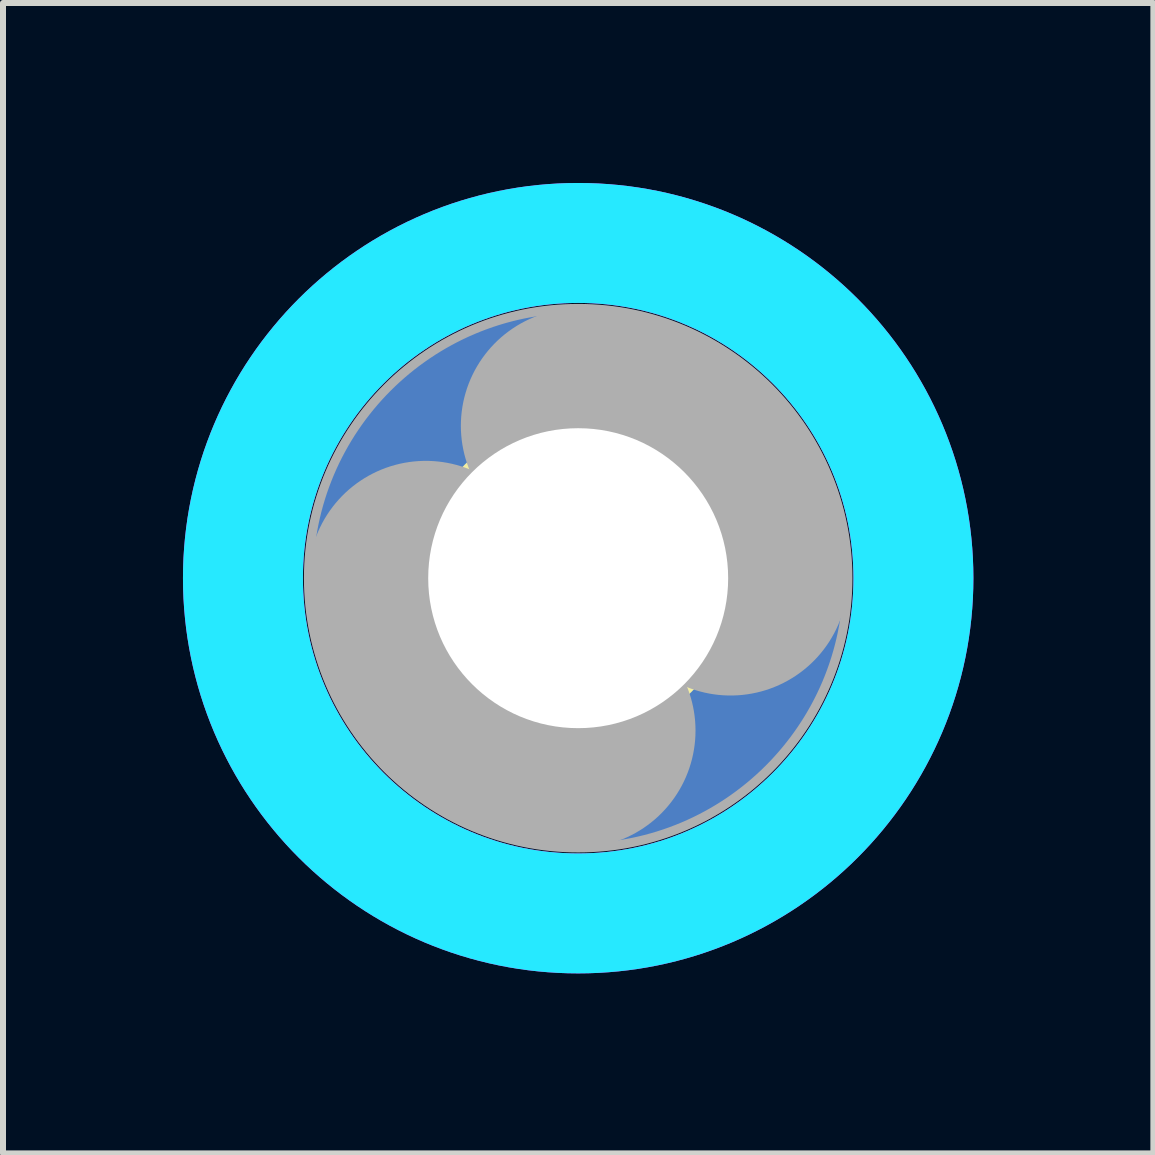
<source format=kicad_pcb>
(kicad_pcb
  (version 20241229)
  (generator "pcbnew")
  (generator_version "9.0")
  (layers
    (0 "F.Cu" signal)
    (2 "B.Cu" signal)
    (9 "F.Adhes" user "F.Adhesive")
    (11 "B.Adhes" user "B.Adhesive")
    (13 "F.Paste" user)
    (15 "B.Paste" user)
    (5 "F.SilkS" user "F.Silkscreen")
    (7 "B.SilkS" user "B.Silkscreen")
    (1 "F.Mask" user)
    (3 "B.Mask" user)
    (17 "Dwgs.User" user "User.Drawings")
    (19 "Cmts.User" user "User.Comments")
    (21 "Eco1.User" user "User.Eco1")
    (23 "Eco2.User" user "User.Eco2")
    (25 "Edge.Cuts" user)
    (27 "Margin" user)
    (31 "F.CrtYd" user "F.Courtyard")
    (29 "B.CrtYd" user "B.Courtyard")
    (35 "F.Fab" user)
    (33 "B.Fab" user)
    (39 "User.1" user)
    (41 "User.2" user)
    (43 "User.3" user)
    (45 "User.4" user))
  (footprint "footprint"
    (layer "F.Cu")
    (at 6.588 6.588)
    (property "Reference" "footprint" (at 0 0 0) (layer "F.SilkS") (effects (font (size 1.27 1.27) (thickness 0.15))))
    (fp_circle (center 0 0) (end 2.6 0) (stroke (width 0.152) (type solid)) (fill no) (layer "F.SilkS"))
    (fp_circle (center 0 0) (end 5.588 0) (stroke (width 2) (type solid)) (fill no) (layer "B.CrtYd"))
    (fp_circle (center 0 0) (end 5.588 0) (stroke (width 2) (type solid)) (fill no) (layer "F.CrtYd"))
    (fp_arc (start 0 -2.54) (mid 1.796051 -1.796051) (end 2.54 0) (stroke (width 3.9116) (type solid)) (layer "F.Fab"))
    (fp_arc (start 0 2.54) (mid -1.796051 1.796051) (end -2.54 0) (stroke (width 3.9116) (type solid)) (layer "F.Fab"))
    (fp_circle (center 0 0) (end 0.762 0) (stroke (width 0.457) (type solid)) (fill no) (layer "F.Fab"))
    (fp_circle (center 0 0) (end 4.496 0) (stroke (width 0.152) (type solid)) (fill no) (layer "F.Fab"))
    (pad "B5" thru_hole circle (at 0 0) (size 9 9) (drill 5) (layers "*.Cu" "*.Mask"))
    (zone (net_name "") (layers "F.Cu" "B.Cu") (hatch edge 0.508) (connect_pads) (min_thickness 0.254) (filled_areas_thickness no) (keepout (tracks allowed) (vias not_allowed) (pads allowed) (copperpour allowed) (footprints allowed)) (placement (enabled no)) (fill) (polygon (pts (xy 13.176 6.588) (xy 13.076 5.444) (xy 12.779 4.335) (xy 12.293 3.294) (xy 11.635 2.353) (xy 10.823 1.541) (xy 9.882 0.883) (xy 8.841 0.397) (xy 7.732 0.1) (xy 6.588 0) (xy 5.444 0.1) (xy 4.335 0.397) (xy 3.294 0.883) (xy 2.353 1.541) (xy 1.541 2.353) (xy 0.883 3.294) (xy 0.397 4.335) (xy 0.1 5.444) (xy 0 6.588) (xy 0.1 7.732) (xy 0.397 8.841) (xy 0.883 9.882) (xy 1.541 10.823) (xy 2.353 11.635) (xy 3.294 12.293) (xy 4.335 12.779) (xy 5.444 13.076) (xy 6.588 13.176) (xy 7.732 13.076) (xy 8.841 12.779) (xy 9.882 12.293) (xy 10.823 11.635) (xy 11.635 10.823) (xy 12.293 9.882) (xy 12.779 8.841) (xy 13.076 7.732))) (polygon (pts (xy 11.176 6.588) (xy 11.106 5.791) (xy 10.899 5.019) (xy 10.561 4.294) (xy 10.103 3.639) (xy 9.537 3.073) (xy 8.882 2.615) (xy 8.157 2.277) (xy 7.385 2.07) (xy 6.588 2) (xy 5.791 2.07) (xy 5.019 2.277) (xy 4.294 2.615) (xy 3.639 3.073) (xy 3.073 3.639) (xy 2.615 4.294) (xy 2.277 5.019) (xy 2.07 5.791) (xy 2 6.588) (xy 2.07 7.385) (xy 2.277 8.157) (xy 2.615 8.882) (xy 3.073 9.537) (xy 3.639 10.103) (xy 4.294 10.561) (xy 5.019 10.899) (xy 5.791 11.106) (xy 6.588 11.176) (xy 7.385 11.106) (xy 8.157 10.899) (xy 8.882 10.561) (xy 9.537 10.103) (xy 10.103 9.537) (xy 10.561 8.882) (xy 10.899 8.157) (xy 11.106 7.385)))))
  (gr_rect
    (start -3 -3)
    (end 16.176 16.176)
    (stroke (width 0.1) (type default))
    (fill no)
    (layer "Edge.Cuts")))
</source>
